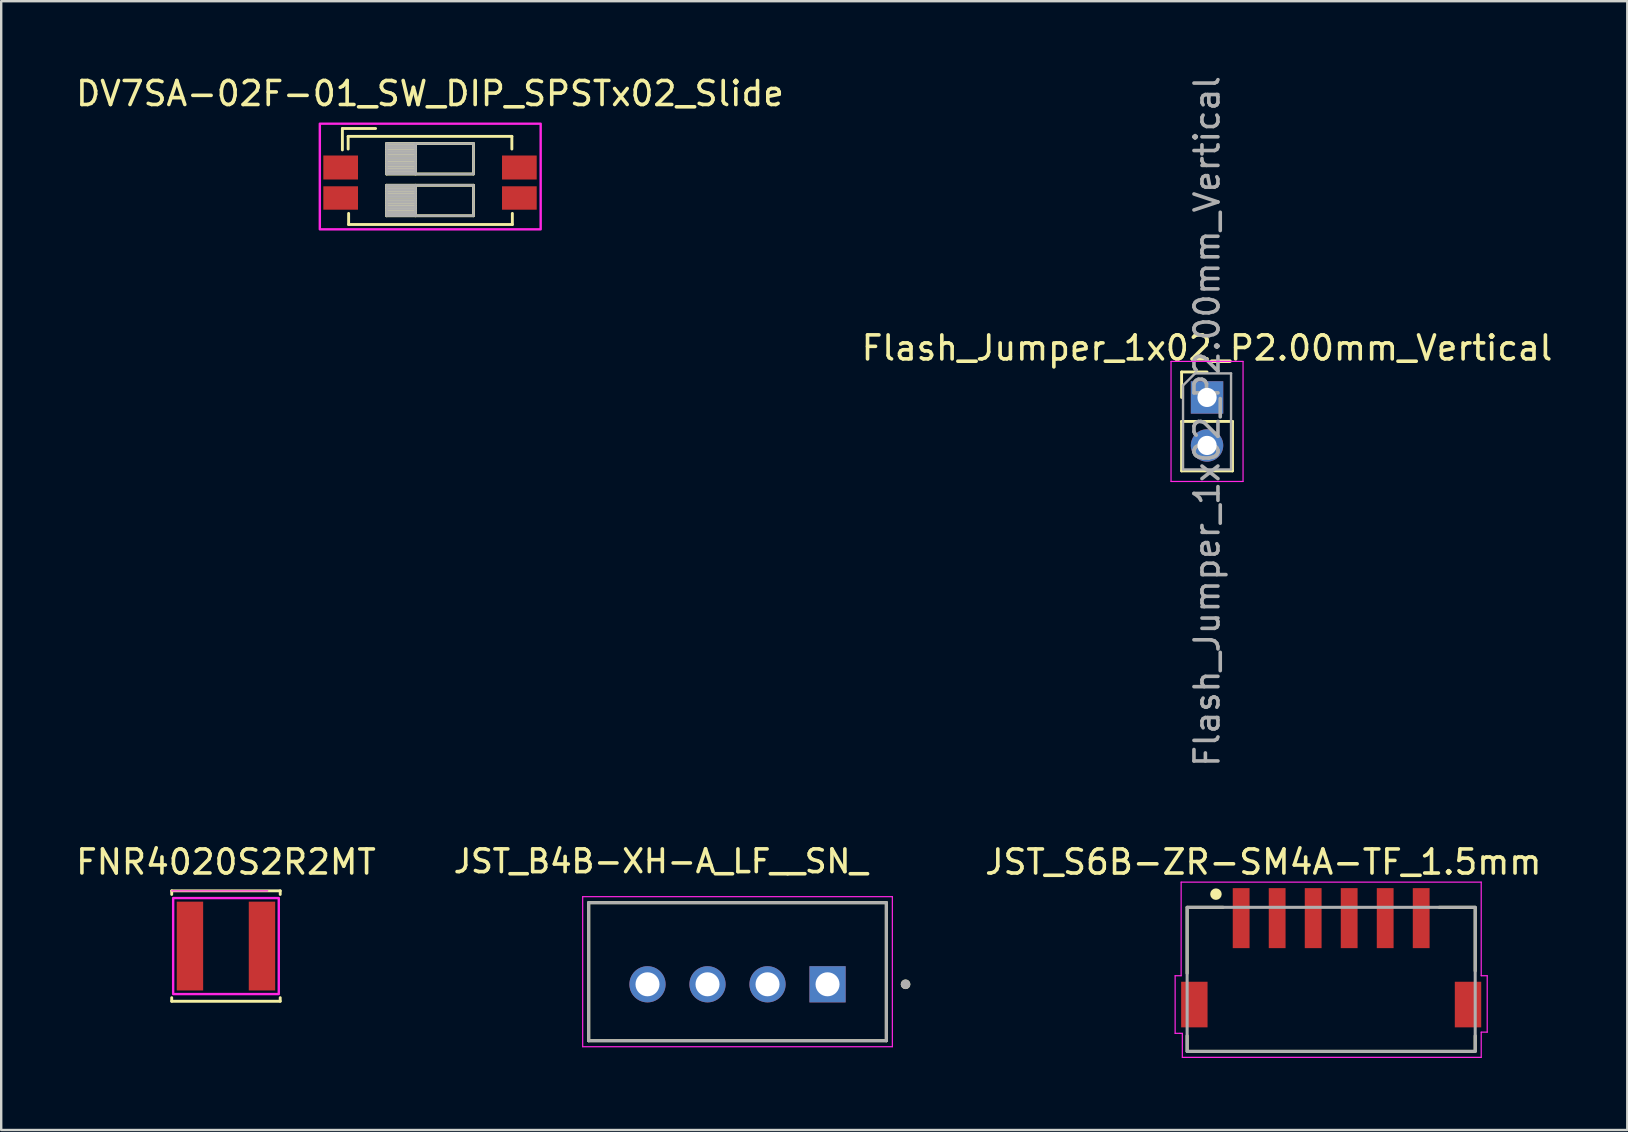
<source format=kicad_pcb>
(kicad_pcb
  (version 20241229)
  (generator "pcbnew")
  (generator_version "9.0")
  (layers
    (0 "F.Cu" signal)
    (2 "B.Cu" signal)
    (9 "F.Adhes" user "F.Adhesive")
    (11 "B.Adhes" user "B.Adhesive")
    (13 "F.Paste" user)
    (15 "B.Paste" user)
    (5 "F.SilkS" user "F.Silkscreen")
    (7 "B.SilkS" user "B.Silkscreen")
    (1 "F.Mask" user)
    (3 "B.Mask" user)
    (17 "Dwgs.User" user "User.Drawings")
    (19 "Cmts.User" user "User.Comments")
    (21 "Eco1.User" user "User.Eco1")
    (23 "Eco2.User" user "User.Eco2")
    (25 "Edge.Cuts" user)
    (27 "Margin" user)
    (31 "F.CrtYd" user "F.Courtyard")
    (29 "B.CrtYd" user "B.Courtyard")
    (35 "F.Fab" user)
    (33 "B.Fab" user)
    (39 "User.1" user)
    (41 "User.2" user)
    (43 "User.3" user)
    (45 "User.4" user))
  (footprint "JST_B4B-XH-A_LF__SN_"
    (layer "F.Cu")
    (at 27.673 37.428)
    (property "Reference" "JST_B4B-XH-A_LF__SN_" (at -3.2 -4.6 0) (layer "F.SilkS") (effects (font (size 0.945 0.945) (thickness 0.15))))
    (attr through_hole)
    (fp_line (start -6.2 -2.875) (end 6.2 -2.875) (stroke (width 0.127) (type solid)) (layer "F.SilkS"))
    (fp_line (start -6.2 2.875) (end -6.2 -2.875) (stroke (width 0.127) (type solid)) (layer "F.SilkS"))
    (fp_line (start 6.2 -2.875) (end 6.2 2.875) (stroke (width 0.127) (type solid)) (layer "F.SilkS"))
    (fp_line (start 6.2 2.875) (end -6.2 2.875) (stroke (width 0.127) (type solid)) (layer "F.SilkS"))
    (fp_circle (center 7 0.525) (end 7.1 0.525) (stroke (width 0.2) (type solid)) (fill no) (layer "F.SilkS"))
    (fp_line (start -6.45 -3.125) (end 6.45 -3.125) (stroke (width 0.05) (type solid)) (layer "F.CrtYd"))
    (fp_line (start -6.45 3.125) (end -6.45 -3.125) (stroke (width 0.05) (type solid)) (layer "F.CrtYd"))
    (fp_line (start 6.45 -3.125) (end 6.45 3.125) (stroke (width 0.05) (type solid)) (layer "F.CrtYd"))
    (fp_line (start 6.45 3.125) (end -6.45 3.125) (stroke (width 0.05) (type solid)) (layer "F.CrtYd"))
    (fp_line (start -6.2 -2.875) (end 6.2 -2.875) (stroke (width 0.127) (type solid)) (layer "F.Fab"))
    (fp_line (start -6.2 2.875) (end -6.2 -2.875) (stroke (width 0.127) (type solid)) (layer "F.Fab"))
    (fp_line (start 6.2 -2.875) (end 6.2 2.875) (stroke (width 0.127) (type solid)) (layer "F.Fab"))
    (fp_line (start 6.2 2.875) (end -6.2 2.875) (stroke (width 0.127) (type solid)) (layer "F.Fab"))
    (fp_circle (center 7 0.525) (end 7.1 0.525) (stroke (width 0.2) (type solid)) (fill no) (layer "F.Fab"))
    (pad "2" thru_hole rect (at 3.75 0.525) (size 1.508 1.508) (drill 1) (layers "*.Cu" "*.Mask"))
    (pad "3" thru_hole circle (at 1.25 0.525) (size 1.508 1.508) (drill 1) (layers "*.Cu" "*.Mask"))
    (pad "4" thru_hole circle (at -1.25 0.525) (size 1.508 1.508) (drill 1) (layers "*.Cu" "*.Mask"))
    (pad "5" thru_hole circle (at -3.75 0.525) (size 1.508 1.508) (drill 1) (layers "*.Cu" "*.Mask")))
  (footprint "JST_S6B-ZR-SM4A-TF_1.5mm"
    (layer "F.Cu")
    (at 52.403 35.197)
    (property "Reference" "JST_S6B-ZR-SM4A-TF_1.5mm" (at -2.827 -2.336 0) (layer "F.SilkS") (effects (font (size 1.001 1.001) (thickness 0.15))))
    (attr smd)
    (fp_line (start -6 -0.45) (end -4.5 -0.45) (stroke (width 0.127) (type solid)) (layer "F.SilkS"))
    (fp_line (start -6 -0.4) (end -6 2.3) (stroke (width 0.127) (type solid)) (layer "F.SilkS"))
    (fp_line (start -6 5.5) (end -6 4.9) (stroke (width 0.127) (type solid)) (layer "F.SilkS"))
    (fp_line (start 6 -0.45) (end 4.5 -0.45) (stroke (width 0.127) (type solid)) (layer "F.SilkS"))
    (fp_line (start 6 -0.4) (end 6 2.2) (stroke (width 0.127) (type solid)) (layer "F.SilkS"))
    (fp_line (start 6 5.5) (end 6 4.9) (stroke (width 0.127) (type solid)) (layer "F.SilkS"))
    (fp_line (start 6 5.55) (end -6 5.55) (stroke (width 0.127) (type solid)) (layer "F.SilkS"))
    (fp_circle (center -4.8 -1) (end -4.68 -1) (stroke (width 0.24) (type solid)) (fill no) (layer "F.SilkS"))
    (fp_line (start -6.5 2.4) (end -6.5 4.8) (stroke (width 0.05) (type solid)) (layer "F.CrtYd"))
    (fp_line (start -6.5 4.8) (end -6.3 4.8) (stroke (width 0.05) (type solid)) (layer "F.CrtYd"))
    (fp_line (start -6.3 4.8) (end -6.2 4.8) (stroke (width 0.05) (type solid)) (layer "F.CrtYd"))
    (fp_line (start -6.25 -1.5) (end -6.25 2.4) (stroke (width 0.05) (type solid)) (layer "F.CrtYd"))
    (fp_line (start -6.25 -1.5) (end 6.25 -1.5) (stroke (width 0.05) (type solid)) (layer "F.CrtYd"))
    (fp_line (start -6.25 2.4) (end -6.5 2.4) (stroke (width 0.05) (type solid)) (layer "F.CrtYd"))
    (fp_line (start -6.2 4.8) (end -6.2 5.8) (stroke (width 0.05) (type solid)) (layer "F.CrtYd"))
    (fp_line (start 6.25 -1.5) (end 6.25 2.4) (stroke (width 0.05) (type solid)) (layer "F.CrtYd"))
    (fp_line (start 6.25 2.4) (end 6.5 2.4) (stroke (width 0.05) (type solid)) (layer "F.CrtYd"))
    (fp_line (start 6.25 4.75) (end 6.25 5.8) (stroke (width 0.05) (type solid)) (layer "F.CrtYd"))
    (fp_line (start 6.25 5.8) (end -6.2 5.8) (stroke (width 0.05) (type solid)) (layer "F.CrtYd"))
    (fp_line (start 6.5 2.4) (end 6.5 4.75) (stroke (width 0.05) (type solid)) (layer "F.CrtYd"))
    (fp_line (start 6.5 4.75) (end 6.25 4.75) (stroke (width 0.05) (type solid)) (layer "F.CrtYd"))
    (fp_line (start -6 -0.45) (end 6 -0.45) (stroke (width 0.127) (type solid)) (layer "F.Fab"))
    (fp_line (start -6 5.55) (end -6 -0.45) (stroke (width 0.127) (type solid)) (layer "F.Fab"))
    (fp_line (start 6 -0.45) (end 6 5.55) (stroke (width 0.127) (type solid)) (layer "F.Fab"))
    (fp_line (start 6 5.55) (end -6 5.55) (stroke (width 0.127) (type solid)) (layer "F.Fab"))
    (pad "1" smd rect (at -3.75 0) (size 0.7 2.5) (layers "F.Cu" "F.Mask" "F.Paste"))
    (pad "2" smd rect (at -2.25 0) (size 0.7 2.5) (layers "F.Cu" "F.Mask" "F.Paste"))
    (pad "3" smd rect (at -0.75 0) (size 0.7 2.5) (layers "F.Cu" "F.Mask" "F.Paste"))
    (pad "4" smd rect (at 0.75 0) (size 0.7 2.5) (layers "F.Cu" "F.Mask" "F.Paste"))
    (pad "5" smd rect (at 2.25 0) (size 0.7 2.5) (layers "F.Cu" "F.Mask" "F.Paste"))
    (pad "6" smd rect (at 3.75 0) (size 0.7 2.5) (layers "F.Cu" "F.Mask" "F.Paste"))
    (pad "SH1" smd rect (at -5.7 3.6) (size 1.1 1.9) (layers "F.Cu" "F.Mask" "F.Paste"))
    (pad "SH2" smd rect (at 5.7 3.6) (size 1.1 1.9) (layers "F.Cu" "F.Mask" "F.Paste")))
  (footprint "DV7SA-02F-01_SW_DIP_SPSTx02_Slide"
    (layer "F.Cu")
    (at 14.873 4.703)
    (property "Reference" "DV7SA-02F-01_SW_DIP_SPSTx02_Slide" (at -0.01 -3.855 0) (layer "F.SilkS") (effects (font (size 1 1) (thickness 0.15))))
    (attr smd)
    (fp_line (start -3.66 -2.4) (end -3.66 -1.508) (stroke (width 0.12) (type solid)) (layer "F.SilkS"))
    (fp_line (start -3.66 -2.4) (end -2.277 -2.4) (stroke (width 0.12) (type solid)) (layer "F.SilkS"))
    (fp_line (start -3.42 -2.072) (end -3.42 -1.545) (stroke (width 0.12) (type solid)) (layer "F.SilkS"))
    (fp_line (start -3.42 -2.072) (end 3.4 -2.072) (stroke (width 0.12) (type solid)) (layer "F.SilkS"))
    (fp_line (start -3.4 1.137) (end -3.4 1.6) (stroke (width 0.12) (type solid)) (layer "F.SilkS"))
    (fp_line (start -3.4 1.6) (end 3.42 1.6) (stroke (width 0.12) (type solid)) (layer "F.SilkS"))
    (fp_line (start -1.82 -1.775) (end -1.82 -0.505) (stroke (width 0.12) (type solid)) (layer "F.SilkS"))
    (fp_line (start -1.82 -1.655) (end -0.613 -1.655) (stroke (width 0.12) (type solid)) (layer "F.SilkS"))
    (fp_line (start -1.82 -1.535) (end -0.613 -1.535) (stroke (width 0.12) (type solid)) (layer "F.SilkS"))
    (fp_line (start -1.82 -1.415) (end -0.613 -1.415) (stroke (width 0.12) (type solid)) (layer "F.SilkS"))
    (fp_line (start -1.82 -1.295) (end -0.613 -1.295) (stroke (width 0.12) (type solid)) (layer "F.SilkS"))
    (fp_line (start -1.82 -1.175) (end -0.613 -1.175) (stroke (width 0.12) (type solid)) (layer "F.SilkS"))
    (fp_line (start -1.82 -1.055) (end -0.613 -1.055) (stroke (width 0.12) (type solid)) (layer "F.SilkS"))
    (fp_line (start -1.82 -0.935) (end -0.613 -0.935) (stroke (width 0.12) (type solid)) (layer "F.SilkS"))
    (fp_line (start -1.82 -0.815) (end -0.613 -0.815) (stroke (width 0.12) (type solid)) (layer "F.SilkS"))
    (fp_line (start -1.82 -0.695) (end -0.613 -0.695) (stroke (width 0.12) (type solid)) (layer "F.SilkS"))
    (fp_line (start -1.82 -0.575) (end -0.613 -0.575) (stroke (width 0.12) (type solid)) (layer "F.SilkS"))
    (fp_line (start -1.82 -0.505) (end 1.8 -0.505) (stroke (width 0.12) (type solid)) (layer "F.SilkS"))
    (fp_line (start -1.82 -0.035) (end -1.82 1.235) (stroke (width 0.12) (type solid)) (layer "F.SilkS"))
    (fp_line (start -1.82 0.085) (end -0.613 0.085) (stroke (width 0.12) (type solid)) (layer "F.SilkS"))
    (fp_line (start -1.82 0.205) (end -0.613 0.205) (stroke (width 0.12) (type solid)) (layer "F.SilkS"))
    (fp_line (start -1.82 0.325) (end -0.613 0.325) (stroke (width 0.12) (type solid)) (layer "F.SilkS"))
    (fp_line (start -1.82 0.445) (end -0.613 0.445) (stroke (width 0.12) (type solid)) (layer "F.SilkS"))
    (fp_line (start -1.82 0.565) (end -0.613 0.565) (stroke (width 0.12) (type solid)) (layer "F.SilkS"))
    (fp_line (start -1.82 0.685) (end -0.613 0.685) (stroke (width 0.12) (type solid)) (layer "F.SilkS"))
    (fp_line (start -1.82 0.805) (end -0.613 0.805) (stroke (width 0.12) (type solid)) (layer "F.SilkS"))
    (fp_line (start -1.82 0.925) (end -0.613 0.925) (stroke (width 0.12) (type solid)) (layer "F.SilkS"))
    (fp_line (start -1.82 1.045) (end -0.613 1.045) (stroke (width 0.12) (type solid)) (layer "F.SilkS"))
    (fp_line (start -1.82 1.165) (end -0.613 1.165) (stroke (width 0.12) (type solid)) (layer "F.SilkS"))
    (fp_line (start -1.82 1.235) (end 1.8 1.235) (stroke (width 0.12) (type solid)) (layer "F.SilkS"))
    (fp_line (start -0.613 -1.775) (end -0.613 -0.505) (stroke (width 0.12) (type solid)) (layer "F.SilkS"))
    (fp_line (start -0.613 -0.035) (end -0.613 1.235) (stroke (width 0.12) (type solid)) (layer "F.SilkS"))
    (fp_line (start 1.8 -1.775) (end -1.82 -1.775) (stroke (width 0.12) (type solid)) (layer "F.SilkS"))
    (fp_line (start 1.8 -0.505) (end 1.8 -1.775) (stroke (width 0.12) (type solid)) (layer "F.SilkS"))
    (fp_line (start 1.8 -0.035) (end -1.82 -0.035) (stroke (width 0.12) (type solid)) (layer "F.SilkS"))
    (fp_line (start 1.8 1.235) (end 1.8 -0.035) (stroke (width 0.12) (type solid)) (layer "F.SilkS"))
    (fp_line (start 3.4 -2.072) (end 3.4 -1.545) (stroke (width 0.12) (type solid)) (layer "F.SilkS"))
    (fp_line (start 3.42 1.137) (end 3.42 1.6) (stroke (width 0.12) (type solid)) (layer "F.SilkS"))
    (fp_rect (start -4.6 -2.6) (end 4.6 1.8) (stroke (width 0.1) (type default)) (fill no) (layer "F.CrtYd"))
    (fp_line (start -1.82 -1.775) (end -1.82 -0.505) (stroke (width 0.1) (type solid)) (layer "F.Fab"))
    (fp_line (start -1.82 -1.675) (end -0.613 -1.675) (stroke (width 0.1) (type solid)) (layer "F.Fab"))
    (fp_line (start -1.82 -1.575) (end -0.613 -1.575) (stroke (width 0.1) (type solid)) (layer "F.Fab"))
    (fp_line (start -1.82 -1.475) (end -0.613 -1.475) (stroke (width 0.1) (type solid)) (layer "F.Fab"))
    (fp_line (start -1.82 -1.375) (end -0.613 -1.375) (stroke (width 0.1) (type solid)) (layer "F.Fab"))
    (fp_line (start -1.82 -1.275) (end -0.613 -1.275) (stroke (width 0.1) (type solid)) (layer "F.Fab"))
    (fp_line (start -1.82 -1.175) (end -0.613 -1.175) (stroke (width 0.1) (type solid)) (layer "F.Fab"))
    (fp_line (start -1.82 -1.075) (end -0.613 -1.075) (stroke (width 0.1) (type solid)) (layer "F.Fab"))
    (fp_line (start -1.82 -0.975) (end -0.613 -0.975) (stroke (width 0.1) (type solid)) (layer "F.Fab"))
    (fp_line (start -1.82 -0.875) (end -0.613 -0.875) (stroke (width 0.1) (type solid)) (layer "F.Fab"))
    (fp_line (start -1.82 -0.775) (end -0.613 -0.775) (stroke (width 0.1) (type solid)) (layer "F.Fab"))
    (fp_line (start -1.82 -0.675) (end -0.613 -0.675) (stroke (width 0.1) (type solid)) (layer "F.Fab"))
    (fp_line (start -1.82 -0.575) (end -0.613 -0.575) (stroke (width 0.1) (type solid)) (layer "F.Fab"))
    (fp_line (start -1.82 -0.505) (end 1.8 -0.505) (stroke (width 0.1) (type solid)) (layer "F.Fab"))
    (fp_line (start -1.82 -0.035) (end -1.82 1.235) (stroke (width 0.1) (type solid)) (layer "F.Fab"))
    (fp_line (start -1.82 0.065) (end -0.613 0.065) (stroke (width 0.1) (type solid)) (layer "F.Fab"))
    (fp_line (start -1.82 0.165) (end -0.613 0.165) (stroke (width 0.1) (type solid)) (layer "F.Fab"))
    (fp_line (start -1.82 0.265) (end -0.613 0.265) (stroke (width 0.1) (type solid)) (layer "F.Fab"))
    (fp_line (start -1.82 0.365) (end -0.613 0.365) (stroke (width 0.1) (type solid)) (layer "F.Fab"))
    (fp_line (start -1.82 0.465) (end -0.613 0.465) (stroke (width 0.1) (type solid)) (layer "F.Fab"))
    (fp_line (start -1.82 0.565) (end -0.613 0.565) (stroke (width 0.1) (type solid)) (layer "F.Fab"))
    (fp_line (start -1.82 0.665) (end -0.613 0.665) (stroke (width 0.1) (type solid)) (layer "F.Fab"))
    (fp_line (start -1.82 0.765) (end -0.613 0.765) (stroke (width 0.1) (type solid)) (layer "F.Fab"))
    (fp_line (start -1.82 0.865) (end -0.613 0.865) (stroke (width 0.1) (type solid)) (layer "F.Fab"))
    (fp_line (start -1.82 0.965) (end -0.613 0.965) (stroke (width 0.1) (type solid)) (layer "F.Fab"))
    (fp_line (start -1.82 1.065) (end -0.613 1.065) (stroke (width 0.1) (type solid)) (layer "F.Fab"))
    (fp_line (start -1.82 1.165) (end -0.613 1.165) (stroke (width 0.1) (type solid)) (layer "F.Fab"))
    (fp_line (start -1.82 1.235) (end 1.8 1.235) (stroke (width 0.1) (type solid)) (layer "F.Fab"))
    (fp_line (start -0.613 -1.775) (end -0.613 -0.505) (stroke (width 0.1) (type solid)) (layer "F.Fab"))
    (fp_line (start -0.613 -0.035) (end -0.613 1.235) (stroke (width 0.1) (type solid)) (layer "F.Fab"))
    (fp_line (start 1.8 -1.775) (end -1.82 -1.775) (stroke (width 0.1) (type solid)) (layer "F.Fab"))
    (fp_line (start 1.8 -0.505) (end 1.8 -1.775) (stroke (width 0.1) (type solid)) (layer "F.Fab"))
    (fp_line (start 1.8 -0.035) (end -1.82 -0.035) (stroke (width 0.1) (type solid)) (layer "F.Fab"))
    (fp_line (start 1.8 1.235) (end 1.8 -0.035) (stroke (width 0.1) (type solid)) (layer "F.Fab"))
    (pad "1" smd rect (at -3.732 -0.775) (size 1.445 1) (layers "F.Cu" "F.Mask" "F.Paste"))
    (pad "2" smd rect (at -3.732 0.495) (size 1.445 0.975) (layers "F.Cu" "F.Mask" "F.Paste"))
    (pad "3" smd rect (at 3.712 0.495) (size 1.445 0.975) (layers "F.Cu" "F.Mask" "F.Paste"))
    (pad "4" smd rect (at 3.712 -0.775) (size 1.445 1) (layers "F.Cu" "F.Mask" "F.Paste")))
  (footprint "FNR4020S2R2MT"
    (layer "F.Cu")
    (at 6.363 36.36)
    (property "Reference" "FNR4020S2R2MT" (at 0 -3.5 0) (layer "F.SilkS") (effects (font (size 1 1) (thickness 0.15))))
    (attr smd)
    (fp_line (start -2.26 -2.3) (end -2.26 -2.15) (stroke (width 0.12) (type solid)) (layer "F.SilkS"))
    (fp_line (start -2.26 -2.3) (end 2.26 -2.3) (stroke (width 0.12) (type solid)) (layer "F.SilkS"))
    (fp_line (start -2.26 2.3) (end -2.26 2.15) (stroke (width 0.12) (type solid)) (layer "F.SilkS"))
    (fp_line (start -2.26 2.3) (end 2.26 2.3) (stroke (width 0.12) (type solid)) (layer "F.SilkS"))
    (fp_line (start 2.26 -2.3) (end 2.26 -2.15) (stroke (width 0.12) (type solid)) (layer "F.SilkS"))
    (fp_line (start 2.26 2.3) (end 2.26 2.15) (stroke (width 0.12) (type solid)) (layer "F.SilkS"))
    (fp_line (start 1.74 -2.3) (end -2.26 -2.3) (stroke (width 0.05) (type solid)) (layer "F.CrtYd"))
    (fp_rect (start -2.2 -2) (end 2.2 2) (stroke (width 0.1) (type default)) (fill no) (layer "F.CrtYd"))
    (pad "1" smd rect (at -1.5 0) (size 1.1 3.7) (layers "F.Cu" "F.Mask" "F.Paste"))
    (pad "2" smd rect (at 1.5 0) (size 1.1 3.7) (layers "F.Cu" "F.Mask" "F.Paste")))
  (footprint "Flash_Jumper_1x02_P2.00mm_Vertical"
    (layer "F.Cu")
    (at 47.232 13.506)
    (property "Reference" "Flash_Jumper_1x02_P2.00mm_Vertical" (at 0 -2.06 0) (layer "F.SilkS") (effects (font (size 1 1) (thickness 0.15))))
    (attr through_hole)
    (fp_line (start -1.06 -1.06) (end 0 -1.06) (stroke (width 0.12) (type solid)) (layer "F.SilkS"))
    (fp_line (start -1.06 0) (end -1.06 -1.06) (stroke (width 0.12) (type solid)) (layer "F.SilkS"))
    (fp_line (start -1.06 1) (end -1.06 3.06) (stroke (width 0.12) (type solid)) (layer "F.SilkS"))
    (fp_line (start -1.06 1) (end 1.06 1) (stroke (width 0.12) (type solid)) (layer "F.SilkS"))
    (fp_line (start -1.06 3.06) (end 1.06 3.06) (stroke (width 0.12) (type solid)) (layer "F.SilkS"))
    (fp_line (start 1.06 1) (end 1.06 3.06) (stroke (width 0.12) (type solid)) (layer "F.SilkS"))
    (fp_line (start -1.5 -1.5) (end -1.5 3.5) (stroke (width 0.05) (type solid)) (layer "F.CrtYd"))
    (fp_line (start -1.5 3.5) (end 1.5 3.5) (stroke (width 0.05) (type solid)) (layer "F.CrtYd"))
    (fp_line (start 1.5 -1.5) (end -1.5 -1.5) (stroke (width 0.05) (type solid)) (layer "F.CrtYd"))
    (fp_line (start 1.5 3.5) (end 1.5 -1.5) (stroke (width 0.05) (type solid)) (layer "F.CrtYd"))
    (fp_line (start -1 -0.5) (end -0.5 -1) (stroke (width 0.1) (type solid)) (layer "F.Fab"))
    (fp_line (start -1 3) (end -1 -0.5) (stroke (width 0.1) (type solid)) (layer "F.Fab"))
    (fp_line (start -0.5 -1) (end 1 -1) (stroke (width 0.1) (type solid)) (layer "F.Fab"))
    (fp_line (start 1 -1) (end 1 3) (stroke (width 0.1) (type solid)) (layer "F.Fab"))
    (fp_line (start 1 3) (end -1 3) (stroke (width 0.1) (type solid)) (layer "F.Fab"))
    (fp_text user "${REFERENCE}" (at 0 1 90) (layer "F.Fab") (effects (font (size 1 1) (thickness 0.15))))
    (pad "1" thru_hole rect (at 0 0) (size 1.35 1.35) (drill 0.8) (layers "*.Cu" "*.Mask"))
    (pad "2" thru_hole oval (at 0 2) (size 1.35 1.35) (drill 0.8) (layers "*.Cu" "*.Mask")))
  (gr_rect
    (start -3 -3)
    (end 64.738 44.022)
    (stroke (width 0.1) (type default))
    (fill no)
    (layer "Edge.Cuts")))
</source>
